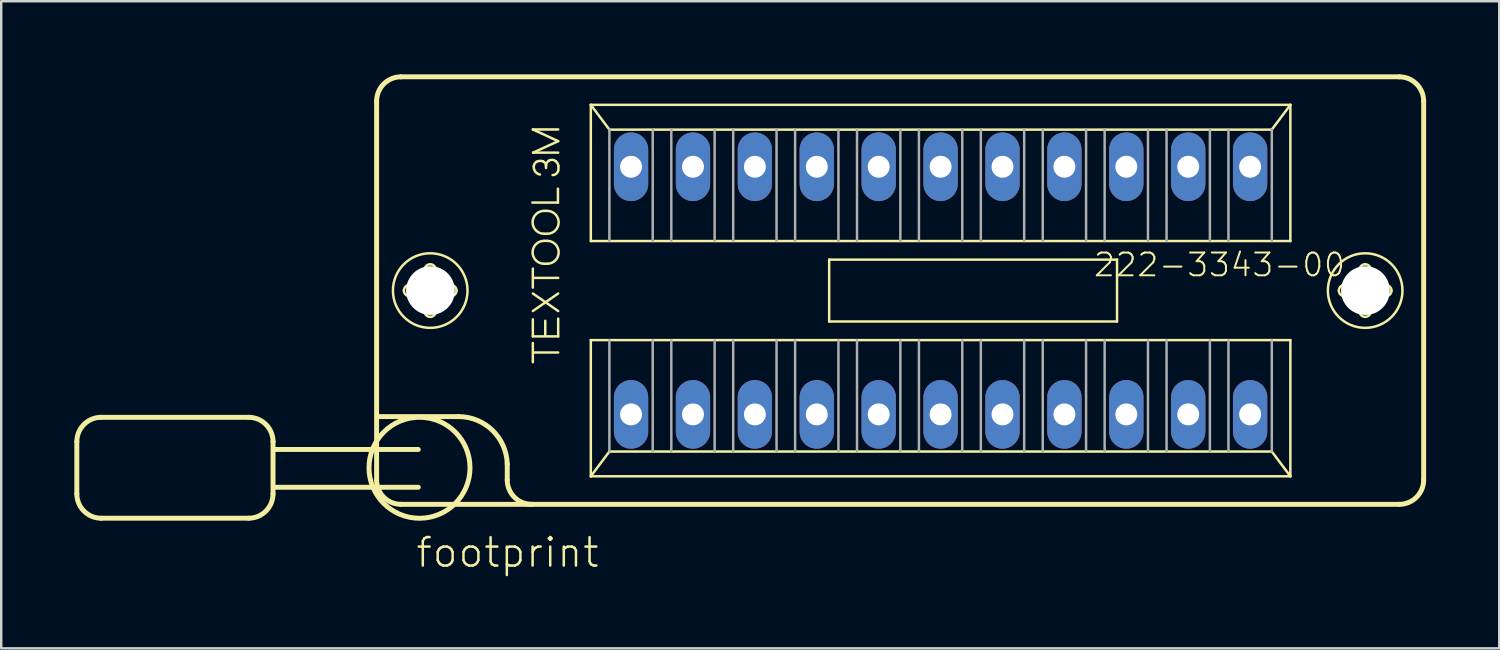
<source format=kicad_pcb>
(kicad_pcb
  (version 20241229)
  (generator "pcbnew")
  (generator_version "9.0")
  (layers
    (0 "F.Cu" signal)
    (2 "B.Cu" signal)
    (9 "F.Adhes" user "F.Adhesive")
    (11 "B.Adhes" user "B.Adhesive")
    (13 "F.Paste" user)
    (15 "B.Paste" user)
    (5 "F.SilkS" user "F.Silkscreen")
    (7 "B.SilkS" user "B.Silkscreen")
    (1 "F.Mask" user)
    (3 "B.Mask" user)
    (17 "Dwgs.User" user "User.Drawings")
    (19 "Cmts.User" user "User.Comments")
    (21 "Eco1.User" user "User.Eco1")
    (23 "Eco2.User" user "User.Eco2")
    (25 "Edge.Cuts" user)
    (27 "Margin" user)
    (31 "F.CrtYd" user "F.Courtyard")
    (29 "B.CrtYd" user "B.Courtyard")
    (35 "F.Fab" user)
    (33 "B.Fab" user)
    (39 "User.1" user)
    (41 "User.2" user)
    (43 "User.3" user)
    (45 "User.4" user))
  (footprint "footprint"
    (layer "F.Cu")
    (at 35.542 8.872)
    (property "Reference" "footprint" (at -21.59 11.43 0) (layer "F.SilkS") (effects (font (size 1.168 1.168) (thickness 0.102)) (justify left bottom)))
    (fp_line (start -35.44 6.2) (end -35.44 8.34) (stroke (width 0.203) (type solid)) (layer "F.SilkS"))
    (fp_line (start -34.44 5.2) (end -28.39 5.2) (stroke (width 0.203) (type solid)) (layer "F.SilkS"))
    (fp_line (start -28.39 9.34) (end -34.44 9.34) (stroke (width 0.203) (type solid)) (layer "F.SilkS"))
    (fp_line (start -27.39 6.2) (end -27.39 8.34) (stroke (width 0.203) (type solid)) (layer "F.SilkS"))
    (fp_line (start -23.14 7.77) (end -23.14 -7.77) (stroke (width 0.203) (type solid)) (layer "F.SilkS"))
    (fp_line (start -23.03 5.17) (end -19.78 5.17) (stroke (width 0.203) (type solid)) (layer "F.SilkS"))
    (fp_line (start -22.14 -8.77) (end 18.82 -8.77) (stroke (width 0.203) (type solid)) (layer "F.SilkS"))
    (fp_line (start -21.79 -0.23) (end -21.24 -0.23) (stroke (width 0.102) (type solid)) (layer "F.SilkS"))
    (fp_line (start -21.43 6.52) (end -27.34 6.52) (stroke (width 0.203) (type solid)) (layer "F.SilkS"))
    (fp_line (start -21.43 8.07) (end -27.34 8.07) (stroke (width 0.203) (type solid)) (layer "F.SilkS"))
    (fp_line (start -21.25 0.23) (end -21.79 0.23) (stroke (width 0.102) (type solid)) (layer "F.SilkS"))
    (fp_line (start -21.17 -0.31) (end -21.17 -0.85) (stroke (width 0.102) (type solid)) (layer "F.SilkS"))
    (fp_line (start -21.17 0.85) (end -21.17 0.3) (stroke (width 0.102) (type solid)) (layer "F.SilkS"))
    (fp_line (start -20.71 -0.85) (end -20.71 -0.3) (stroke (width 0.102) (type solid)) (layer "F.SilkS"))
    (fp_line (start -20.71 0.31) (end -20.71 0.85) (stroke (width 0.102) (type solid)) (layer "F.SilkS"))
    (fp_line (start -20.63 -0.23) (end -20.09 -0.23) (stroke (width 0.102) (type solid)) (layer "F.SilkS"))
    (fp_line (start -20.09 0.23) (end -20.64 0.23) (stroke (width 0.102) (type solid)) (layer "F.SilkS"))
    (fp_line (start -17.78 7.12) (end -17.78 7.77) (stroke (width 0.203) (type solid)) (layer "F.SilkS"))
    (fp_line (start -16.75 -3.61) (end -15.7 -3.61) (stroke (width 0.102) (type solid)) (layer "F.SilkS"))
    (fp_line (start -16.73 -6.61) (end -15.69 -6.61) (stroke (width 0.102) (type solid)) (layer "F.SilkS"))
    (fp_line (start -16.73 -0.12) (end -16.73 -0.9) (stroke (width 0.102) (type solid)) (layer "F.SilkS"))
    (fp_line (start -16.73 0.12) (end -15.69 0.84) (stroke (width 0.102) (type solid)) (layer "F.SilkS"))
    (fp_line (start -16.73 0.84) (end -15.69 0.12) (stroke (width 0.102) (type solid)) (layer "F.SilkS"))
    (fp_line (start -16.73 1.18) (end -16.73 1.88) (stroke (width 0.102) (type solid)) (layer "F.SilkS"))
    (fp_line (start -16.73 1.88) (end -15.69 1.88) (stroke (width 0.102) (type solid)) (layer "F.SilkS"))
    (fp_line (start -16.73 2.94) (end -16.73 2.15) (stroke (width 0.102) (type solid)) (layer "F.SilkS"))
    (fp_line (start -16.72 -5.66) (end -15.69 -6.13) (stroke (width 0.102) (type solid)) (layer "F.SilkS"))
    (fp_line (start -16.72 2.54) (end -15.69 2.54) (stroke (width 0.102) (type solid)) (layer "F.SilkS"))
    (fp_line (start -16.71 -0.52) (end -15.69 -0.52) (stroke (width 0.102) (type solid)) (layer "F.SilkS"))
    (fp_line (start -16.27 -3.27) (end -16.14 -3.27) (stroke (width 0.102) (type solid)) (layer "F.SilkS"))
    (fp_line (start -16.27 -2.33) (end -16.14 -2.33) (stroke (width 0.102) (type solid)) (layer "F.SilkS"))
    (fp_line (start -16.27 -2.04) (end -16.14 -2.04) (stroke (width 0.102) (type solid)) (layer "F.SilkS"))
    (fp_line (start -16.27 -1.1) (end -16.14 -1.1) (stroke (width 0.102) (type solid)) (layer "F.SilkS"))
    (fp_line (start -16.22 1.24) (end -16.22 1.84) (stroke (width 0.102) (type solid)) (layer "F.SilkS"))
    (fp_line (start -16.19 -5.03) (end -16.19 -5.12) (stroke (width 0.102) (type solid)) (layer "F.SilkS"))
    (fp_line (start -15.7 -3.61) (end -15.7 -4.18) (stroke (width 0.102) (type solid)) (layer "F.SilkS"))
    (fp_line (start -15.69 -6.13) (end -16.73 -6.61) (stroke (width 0.102) (type solid)) (layer "F.SilkS"))
    (fp_line (start -15.69 -5.66) (end -16.72 -5.66) (stroke (width 0.102) (type solid)) (layer "F.SilkS"))
    (fp_line (start -15.69 1.88) (end -15.69 1.15) (stroke (width 0.102) (type solid)) (layer "F.SilkS"))
    (fp_line (start -14.351 -7.62) (end 14.351 -7.62) (stroke (width 0.102) (type solid)) (layer "F.SilkS"))
    (fp_line (start -14.351 -2.032) (end -14.351 -7.62) (stroke (width 0.102) (type solid)) (layer "F.SilkS"))
    (fp_line (start -14.351 2.032) (end 14.351 2.032) (stroke (width 0.102) (type solid)) (layer "F.SilkS"))
    (fp_line (start -14.351 7.62) (end -14.351 2.032) (stroke (width 0.102) (type solid)) (layer "F.SilkS"))
    (fp_line (start -14.351 7.62) (end -13.589 6.604) (stroke (width 0.102) (type solid)) (layer "F.SilkS"))
    (fp_line (start -13.589 -6.604) (end -14.351 -7.62) (stroke (width 0.102) (type solid)) (layer "F.SilkS"))
    (fp_line (start -13.589 6.604) (end 13.589 6.604) (stroke (width 0.102) (type solid)) (layer "F.SilkS"))
    (fp_line (start -4.572 -1.27) (end 7.239 -1.27) (stroke (width 0.102) (type solid)) (layer "F.SilkS"))
    (fp_line (start -4.572 1.27) (end -4.572 -1.27) (stroke (width 0.102) (type solid)) (layer "F.SilkS"))
    (fp_line (start 7.239 -1.27) (end 7.239 1.27) (stroke (width 0.102) (type solid)) (layer "F.SilkS"))
    (fp_line (start 7.239 1.27) (end -4.572 1.27) (stroke (width 0.102) (type solid)) (layer "F.SilkS"))
    (fp_line (start 13.589 -6.604) (end -13.589 -6.604) (stroke (width 0.102) (type solid)) (layer "F.SilkS"))
    (fp_line (start 13.589 6.604) (end 14.351 7.62) (stroke (width 0.102) (type solid)) (layer "F.SilkS"))
    (fp_line (start 14.351 -7.62) (end 13.589 -6.604) (stroke (width 0.102) (type solid)) (layer "F.SilkS"))
    (fp_line (start 14.351 -7.62) (end 14.351 -2.032) (stroke (width 0.102) (type solid)) (layer "F.SilkS"))
    (fp_line (start 14.351 -2.032) (end -14.351 -2.032) (stroke (width 0.102) (type solid)) (layer "F.SilkS"))
    (fp_line (start 14.351 2.032) (end 14.351 7.62) (stroke (width 0.102) (type solid)) (layer "F.SilkS"))
    (fp_line (start 14.351 7.62) (end -14.351 7.62) (stroke (width 0.102) (type solid)) (layer "F.SilkS"))
    (fp_line (start 16.57 -0.23) (end 17.12 -0.23) (stroke (width 0.102) (type solid)) (layer "F.SilkS"))
    (fp_line (start 17.11 0.23) (end 16.57 0.23) (stroke (width 0.102) (type solid)) (layer "F.SilkS"))
    (fp_line (start 17.19 -0.31) (end 17.19 -0.85) (stroke (width 0.102) (type solid)) (layer "F.SilkS"))
    (fp_line (start 17.19 0.85) (end 17.19 0.3) (stroke (width 0.102) (type solid)) (layer "F.SilkS"))
    (fp_line (start 17.65 -0.85) (end 17.65 -0.3) (stroke (width 0.102) (type solid)) (layer "F.SilkS"))
    (fp_line (start 17.65 0.31) (end 17.65 0.85) (stroke (width 0.102) (type solid)) (layer "F.SilkS"))
    (fp_line (start 17.73 -0.23) (end 18.27 -0.23) (stroke (width 0.102) (type solid)) (layer "F.SilkS"))
    (fp_line (start 18.27 0.23) (end 17.72 0.23) (stroke (width 0.102) (type solid)) (layer "F.SilkS"))
    (fp_line (start 18.82 8.77) (end -22.14 8.77) (stroke (width 0.203) (type solid)) (layer "F.SilkS"))
    (fp_line (start 19.82 -7.77) (end 19.82 7.77) (stroke (width 0.203) (type solid)) (layer "F.SilkS"))
    (fp_arc (start -35.44 6.2) (mid -35.147107 5.492893) (end -34.44 5.2) (stroke (width 0.2032) (type solid)) (layer "F.SilkS"))
    (fp_arc (start -34.44 9.34) (mid -35.147107 9.047107) (end -35.44 8.34) (stroke (width 0.2032) (type solid)) (layer "F.SilkS"))
    (fp_arc (start -28.39 5.2) (mid -27.682893 5.492893) (end -27.39 6.2) (stroke (width 0.2032) (type solid)) (layer "F.SilkS"))
    (fp_arc (start -27.39 8.34) (mid -27.682893 9.047107) (end -28.39 9.34) (stroke (width 0.2032) (type solid)) (layer "F.SilkS"))
    (fp_arc (start -23.14 -7.77) (mid -22.847107 -8.477107) (end -22.14 -8.77) (stroke (width 0.2032) (type solid)) (layer "F.SilkS"))
    (fp_arc (start -22.14 8.77) (mid -22.847107 8.477107) (end -23.14 7.77) (stroke (width 0.2032) (type solid)) (layer "F.SilkS"))
    (fp_arc (start -22.02 0) (mid -21.952635 -0.162635) (end -21.79 -0.23) (stroke (width 0.1016) (type solid)) (layer "F.SilkS"))
    (fp_arc (start -21.79 0.23) (mid -21.952635 0.162635) (end -22.02 0) (stroke (width 0.1016) (type solid)) (layer "F.SilkS"))
    (fp_arc (start -21.25 0.23) (mid -21.200503 0.250503) (end -21.18 0.3) (stroke (width 0.1016) (type solid)) (layer "F.SilkS"))
    (fp_arc (start -21.17 -0.85) (mid -21.102635 -1.012635) (end -20.94 -1.08) (stroke (width 0.1016) (type solid)) (layer "F.SilkS"))
    (fp_arc (start -21.17 -0.3) (mid -21.190503 -0.250503) (end -21.24 -0.23) (stroke (width 0.1016) (type solid)) (layer "F.SilkS"))
    (fp_arc (start -20.94 -1.08) (mid -20.777365 -1.012635) (end -20.71 -0.85) (stroke (width 0.1016) (type solid)) (layer "F.SilkS"))
    (fp_arc (start -20.94 1.08) (mid -21.102635 1.012635) (end -21.17 0.85) (stroke (width 0.1016) (type solid)) (layer "F.SilkS"))
    (fp_arc (start -20.71 0.3) (mid -20.689497 0.250503) (end -20.64 0.23) (stroke (width 0.1016) (type solid)) (layer "F.SilkS"))
    (fp_arc (start -20.71 0.85) (mid -20.777365 1.012635) (end -20.94 1.08) (stroke (width 0.1016) (type solid)) (layer "F.SilkS"))
    (fp_arc (start -20.64 -0.23) (mid -20.689497 -0.250503) (end -20.71 -0.3) (stroke (width 0.1016) (type solid)) (layer "F.SilkS"))
    (fp_arc (start -20.09 -0.23) (mid -19.927365 -0.162635) (end -19.86 0) (stroke (width 0.1016) (type solid)) (layer "F.SilkS"))
    (fp_arc (start -19.86 0) (mid -19.927365 0.162635) (end -20.09 0.23) (stroke (width 0.1016) (type solid)) (layer "F.SilkS"))
    (fp_arc (start -19.78 5.17) (mid -18.383341 5.738169) (end -17.78 7.119998) (stroke (width 0.2032) (type solid)) (layer "F.SilkS"))
    (fp_arc (start -16.729998 8.769999) (mid -17.469284 8.495) (end -17.78 7.77) (stroke (width 0.2032) (type solid)) (layer "F.SilkS"))
    (fp_arc (start -16.69 -5.109999) (mid -16.654621 -5.207696) (end -16.58 -5.28) (stroke (width 0.1016) (type solid)) (layer "F.SilkS"))
    (fp_arc (start -16.58 -5.28) (mid -16.447382 -5.322157) (end -16.31 -5.3) (stroke (width 0.1016) (type solid)) (layer "F.SilkS"))
    (fp_arc (start -16.440001 -4.759999) (mid -16.63297 -4.88645) (end -16.69 -5.11) (stroke (width 0.1016) (type solid)) (layer "F.SilkS"))
    (fp_arc (start -16.310001 -5.299999) (mid -16.222751 -5.228166) (end -16.19 -5.12) (stroke (width 0.1016) (type solid)) (layer "F.SilkS"))
    (fp_arc (start -16.27 -2.33) (mid -16.74 -2.8) (end -16.27 -3.27) (stroke (width 0.1016) (type solid)) (layer "F.SilkS"))
    (fp_arc (start -16.27 -1.1) (mid -16.74 -1.57) (end -16.27 -2.04) (stroke (width 0.1016) (type solid)) (layer "F.SilkS"))
    (fp_arc (start -16.19 -5.12) (mid -16.15789 -5.240938) (end -16.069999 -5.330001) (stroke (width 0.1016) (type solid)) (layer "F.SilkS"))
    (fp_arc (start -16.14 -3.27) (mid -15.67 -2.8) (end -16.14 -2.33) (stroke (width 0.1016) (type solid)) (layer "F.SilkS"))
    (fp_arc (start -16.14 -2.04) (mid -15.67 -1.57) (end -16.14 -1.1) (stroke (width 0.1016) (type solid)) (layer "F.SilkS"))
    (fp_arc (start -16.07 -5.33) (mid -15.926885 -5.363595) (end -15.789999 -5.309999) (stroke (width 0.1016) (type solid)) (layer "F.SilkS"))
    (fp_arc (start -15.79 -5.31) (mid -15.715084 -5.220954) (end -15.68 -5.110001) (stroke (width 0.1016) (type solid)) (layer "F.SilkS"))
    (fp_arc (start -15.69 -4.92) (mid -15.772524 -4.788503) (end -15.92 -4.740001) (stroke (width 0.1016) (type solid)) (layer "F.SilkS"))
    (fp_arc (start -15.68 -5.11) (mid -15.677277 -5.014593) (end -15.69 -4.92) (stroke (width 0.1016) (type solid)) (layer "F.SilkS"))
    (fp_arc (start 16.34 0) (mid 16.407365 -0.162635) (end 16.57 -0.23) (stroke (width 0.1016) (type solid)) (layer "F.SilkS"))
    (fp_arc (start 16.57 0.23) (mid 16.407365 0.162635) (end 16.34 0) (stroke (width 0.1016) (type solid)) (layer "F.SilkS"))
    (fp_arc (start 17.11 0.23) (mid 17.159497 0.250503) (end 17.18 0.3) (stroke (width 0.1016) (type solid)) (layer "F.SilkS"))
    (fp_arc (start 17.19 -0.85) (mid 17.257365 -1.012635) (end 17.42 -1.08) (stroke (width 0.1016) (type solid)) (layer "F.SilkS"))
    (fp_arc (start 17.19 -0.3) (mid 17.169497 -0.250503) (end 17.12 -0.23) (stroke (width 0.1016) (type solid)) (layer "F.SilkS"))
    (fp_arc (start 17.42 -1.08) (mid 17.582635 -1.012635) (end 17.65 -0.85) (stroke (width 0.1016) (type solid)) (layer "F.SilkS"))
    (fp_arc (start 17.42 1.08) (mid 17.257365 1.012635) (end 17.19 0.85) (stroke (width 0.1016) (type solid)) (layer "F.SilkS"))
    (fp_arc (start 17.65 0.3) (mid 17.670503 0.250503) (end 17.72 0.23) (stroke (width 0.1016) (type solid)) (layer "F.SilkS"))
    (fp_arc (start 17.65 0.85) (mid 17.582635 1.012635) (end 17.42 1.08) (stroke (width 0.1016) (type solid)) (layer "F.SilkS"))
    (fp_arc (start 17.72 -0.23) (mid 17.670503 -0.250503) (end 17.65 -0.3) (stroke (width 0.1016) (type solid)) (layer "F.SilkS"))
    (fp_arc (start 18.27 -0.23) (mid 18.432635 -0.162635) (end 18.5 0) (stroke (width 0.1016) (type solid)) (layer "F.SilkS"))
    (fp_arc (start 18.5 0) (mid 18.432635 0.162635) (end 18.27 0.23) (stroke (width 0.1016) (type solid)) (layer "F.SilkS"))
    (fp_arc (start 18.82 -8.77) (mid 19.527107 -8.477107) (end 19.82 -7.77) (stroke (width 0.2032) (type solid)) (layer "F.SilkS"))
    (fp_arc (start 19.82 7.77) (mid 19.527107 8.477107) (end 18.82 8.77) (stroke (width 0.2032) (type solid)) (layer "F.SilkS"))
    (fp_circle (center -21.38 7.27) (end -19.308 7.27) (stroke (width 0.203) (type solid)) (fill no) (layer "F.SilkS"))
    (fp_circle (center -20.94 0) (end -19.41 0) (stroke (width 0.102) (type solid)) (fill no) (layer "F.SilkS"))
    (fp_circle (center 17.42 0) (end 18.95 0) (stroke (width 0.102) (type solid)) (fill no) (layer "F.SilkS"))
    (fp_line (start -13.589 -6.604) (end -13.589 -2.032) (stroke (width 0.102) (type solid)) (layer "F.Fab"))
    (fp_line (start -13.589 2.032) (end -13.589 6.604) (stroke (width 0.102) (type solid)) (layer "F.Fab"))
    (fp_line (start -11.811 -2.032) (end -11.811 -6.604) (stroke (width 0.102) (type solid)) (layer "F.Fab"))
    (fp_line (start -11.811 2.032) (end -11.811 6.604) (stroke (width 0.102) (type solid)) (layer "F.Fab"))
    (fp_line (start -11.049 -2.032) (end -11.049 -6.604) (stroke (width 0.102) (type solid)) (layer "F.Fab"))
    (fp_line (start -11.049 2.032) (end -11.049 6.604) (stroke (width 0.102) (type solid)) (layer "F.Fab"))
    (fp_line (start -9.271 -2.032) (end -9.271 -6.604) (stroke (width 0.102) (type solid)) (layer "F.Fab"))
    (fp_line (start -9.271 2.032) (end -9.271 6.604) (stroke (width 0.102) (type solid)) (layer "F.Fab"))
    (fp_line (start -8.509 -2.032) (end -8.509 -6.604) (stroke (width 0.102) (type solid)) (layer "F.Fab"))
    (fp_line (start -8.509 2.032) (end -8.509 6.604) (stroke (width 0.102) (type solid)) (layer "F.Fab"))
    (fp_line (start -6.731 -2.032) (end -6.731 -6.604) (stroke (width 0.102) (type solid)) (layer "F.Fab"))
    (fp_line (start -6.731 2.032) (end -6.731 6.604) (stroke (width 0.102) (type solid)) (layer "F.Fab"))
    (fp_line (start -5.969 -2.032) (end -5.969 -6.604) (stroke (width 0.102) (type solid)) (layer "F.Fab"))
    (fp_line (start -5.969 2.032) (end -5.969 6.604) (stroke (width 0.102) (type solid)) (layer "F.Fab"))
    (fp_line (start -4.191 -2.032) (end -4.191 -6.604) (stroke (width 0.102) (type solid)) (layer "F.Fab"))
    (fp_line (start -4.191 2.032) (end -4.191 6.604) (stroke (width 0.102) (type solid)) (layer "F.Fab"))
    (fp_line (start -3.429 -2.032) (end -3.429 -6.604) (stroke (width 0.102) (type solid)) (layer "F.Fab"))
    (fp_line (start -3.429 2.032) (end -3.429 6.604) (stroke (width 0.102) (type solid)) (layer "F.Fab"))
    (fp_line (start -1.651 -2.032) (end -1.651 -6.604) (stroke (width 0.102) (type solid)) (layer "F.Fab"))
    (fp_line (start -1.651 2.032) (end -1.651 6.604) (stroke (width 0.102) (type solid)) (layer "F.Fab"))
    (fp_line (start -0.889 -2.032) (end -0.889 -6.604) (stroke (width 0.102) (type solid)) (layer "F.Fab"))
    (fp_line (start -0.889 2.032) (end -0.889 6.604) (stroke (width 0.102) (type solid)) (layer "F.Fab"))
    (fp_line (start 0.889 -2.032) (end 0.889 -6.604) (stroke (width 0.102) (type solid)) (layer "F.Fab"))
    (fp_line (start 0.889 2.032) (end 0.889 6.604) (stroke (width 0.102) (type solid)) (layer "F.Fab"))
    (fp_line (start 1.651 -2.032) (end 1.651 -6.604) (stroke (width 0.102) (type solid)) (layer "F.Fab"))
    (fp_line (start 1.651 2.032) (end 1.651 6.604) (stroke (width 0.102) (type solid)) (layer "F.Fab"))
    (fp_line (start 3.429 -2.032) (end 3.429 -6.604) (stroke (width 0.102) (type solid)) (layer "F.Fab"))
    (fp_line (start 3.429 2.032) (end 3.429 6.604) (stroke (width 0.102) (type solid)) (layer "F.Fab"))
    (fp_line (start 4.191 -2.032) (end 4.191 -6.604) (stroke (width 0.102) (type solid)) (layer "F.Fab"))
    (fp_line (start 4.191 2.032) (end 4.191 6.604) (stroke (width 0.102) (type solid)) (layer "F.Fab"))
    (fp_line (start 5.969 -2.032) (end 5.969 -6.604) (stroke (width 0.102) (type solid)) (layer "F.Fab"))
    (fp_line (start 5.969 2.032) (end 5.969 6.604) (stroke (width 0.102) (type solid)) (layer "F.Fab"))
    (fp_line (start 6.731 -2.032) (end 6.731 -6.604) (stroke (width 0.102) (type solid)) (layer "F.Fab"))
    (fp_line (start 6.731 2.032) (end 6.731 6.604) (stroke (width 0.102) (type solid)) (layer "F.Fab"))
    (fp_line (start 8.509 -2.032) (end 8.509 -6.604) (stroke (width 0.102) (type solid)) (layer "F.Fab"))
    (fp_line (start 8.509 2.032) (end 8.509 6.604) (stroke (width 0.102) (type solid)) (layer "F.Fab"))
    (fp_line (start 9.271 -2.032) (end 9.271 -6.604) (stroke (width 0.102) (type solid)) (layer "F.Fab"))
    (fp_line (start 9.271 2.032) (end 9.271 6.604) (stroke (width 0.102) (type solid)) (layer "F.Fab"))
    (fp_line (start 11.049 -2.032) (end 11.049 -6.604) (stroke (width 0.102) (type solid)) (layer "F.Fab"))
    (fp_line (start 11.049 2.032) (end 11.049 6.604) (stroke (width 0.102) (type solid)) (layer "F.Fab"))
    (fp_line (start 11.811 -2.032) (end 11.811 -6.604) (stroke (width 0.102) (type solid)) (layer "F.Fab"))
    (fp_line (start 11.811 2.032) (end 11.811 6.604) (stroke (width 0.102) (type solid)) (layer "F.Fab"))
    (fp_line (start 13.589 -2.032) (end 13.589 -6.604) (stroke (width 0.102) (type solid)) (layer "F.Fab"))
    (fp_line (start 13.589 6.604) (end 13.589 2.032) (stroke (width 0.102) (type solid)) (layer "F.Fab"))
    (fp_text user "222-3343-00" (at 6.223 -0.508 180) (layer "F.SilkS") (effects (font (size 0.935 0.935) (thickness 0.081)) (justify left bottom)))
    (pad "" np_thru_hole circle (at -20.93 0) (size 2 2) (drill 2) (layers "*.Cu" "*.Mask"))
    (pad "" np_thru_hole circle (at 17.43 0) (size 2 2) (drill 2) (layers "*.Cu" "*.Mask"))
    (pad "1" thru_hole oval (at -12.7 5.08 90) (size 2.816 1.408) (drill 0.9) (layers "*.Cu" "*.Mask"))
    (pad "2" thru_hole oval (at -10.16 5.08 90) (size 2.816 1.408) (drill 0.9) (layers "*.Cu" "*.Mask"))
    (pad "3" thru_hole oval (at -7.62 5.08 90) (size 2.816 1.408) (drill 0.9) (layers "*.Cu" "*.Mask"))
    (pad "4" thru_hole oval (at -5.08 5.08 90) (size 2.816 1.408) (drill 0.9) (layers "*.Cu" "*.Mask"))
    (pad "5" thru_hole oval (at -2.54 5.08 90) (size 2.816 1.408) (drill 0.9) (layers "*.Cu" "*.Mask"))
    (pad "6" thru_hole oval (at 0 5.08 90) (size 2.816 1.408) (drill 0.9) (layers "*.Cu" "*.Mask"))
    (pad "7" thru_hole oval (at 2.54 5.08 90) (size 2.816 1.408) (drill 0.9) (layers "*.Cu" "*.Mask"))
    (pad "8" thru_hole oval (at 5.08 5.08 90) (size 2.816 1.408) (drill 0.9) (layers "*.Cu" "*.Mask"))
    (pad "9" thru_hole oval (at 7.62 5.08 90) (size 2.816 1.408) (drill 0.9) (layers "*.Cu" "*.Mask"))
    (pad "10" thru_hole oval (at 10.16 5.08 90) (size 2.816 1.408) (drill 0.9) (layers "*.Cu" "*.Mask"))
    (pad "11" thru_hole oval (at 12.7 5.08 90) (size 2.816 1.408) (drill 0.9) (layers "*.Cu" "*.Mask"))
    (pad "12" thru_hole oval (at 12.7 -5.08 90) (size 2.816 1.408) (drill 0.9) (layers "*.Cu" "*.Mask"))
    (pad "13" thru_hole oval (at 10.16 -5.08 90) (size 2.816 1.408) (drill 0.9) (layers "*.Cu" "*.Mask"))
    (pad "14" thru_hole oval (at 7.62 -5.08 90) (size 2.816 1.408) (drill 0.9) (layers "*.Cu" "*.Mask"))
    (pad "15" thru_hole oval (at 5.08 -5.08 90) (size 2.816 1.408) (drill 0.9) (layers "*.Cu" "*.Mask"))
    (pad "16" thru_hole oval (at 2.54 -5.08 90) (size 2.816 1.408) (drill 0.9) (layers "*.Cu" "*.Mask"))
    (pad "17" thru_hole oval (at 0 -5.08 90) (size 2.816 1.408) (drill 0.9) (layers "*.Cu" "*.Mask"))
    (pad "18" thru_hole oval (at -2.54 -5.08 90) (size 2.816 1.408) (drill 0.9) (layers "*.Cu" "*.Mask"))
    (pad "19" thru_hole oval (at -5.08 -5.08 90) (size 2.816 1.408) (drill 0.9) (layers "*.Cu" "*.Mask"))
    (pad "20" thru_hole oval (at -7.62 -5.08 90) (size 2.816 1.408) (drill 0.9) (layers "*.Cu" "*.Mask"))
    (pad "21" thru_hole oval (at -10.16 -5.08 90) (size 2.816 1.408) (drill 0.9) (layers "*.Cu" "*.Mask"))
    (pad "22" thru_hole oval (at -12.7 -5.08 90) (size 2.816 1.408) (drill 0.9) (layers "*.Cu" "*.Mask")))
  (gr_rect
    (start -3 -3)
    (end 58.463 23.552)
    (stroke (width 0.1) (type default))
    (fill no)
    (layer "Edge.Cuts")))
</source>
